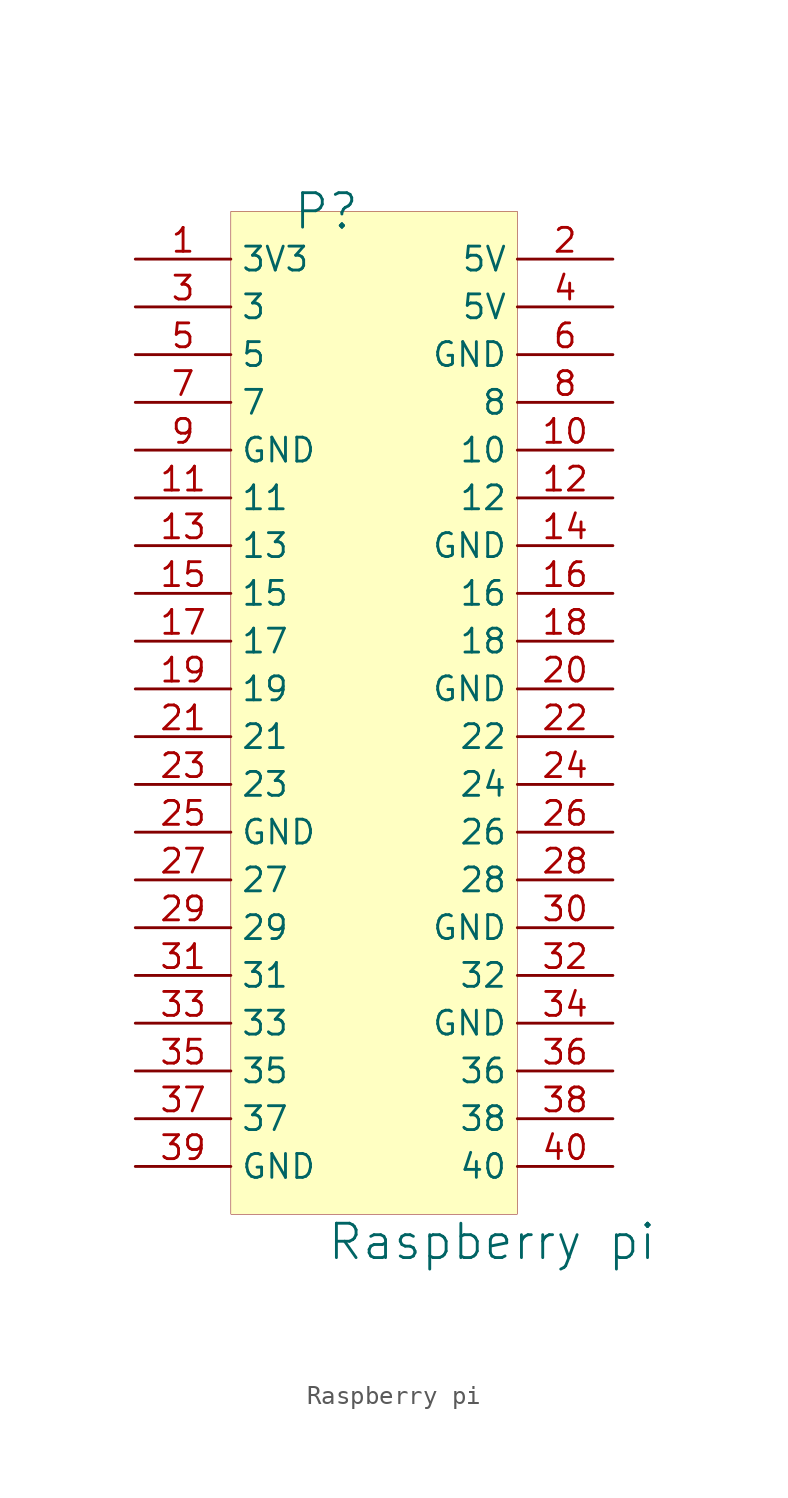
<source format=kicad_sym>
(kicad_symbol_lib
  (version 20241209)
  (generator "kicad_symbol_editor")
  (generator_version "9.0")
  (symbol "Raspberry pi"
    (property "Reference" "P"
      (at 0 0 0)
      (effects (font (size 1.829 1.829))))
    (property "Value" "Raspberry pi"
      (at 0 -55.88 0)
      (effects (font (size 1.829 1.829)) (justify left bottom)))
    (symbol "Raspberry pi_1_0"
      (rectangle (start 10.16 0) (end -5.08 -53.34) (stroke (width 0.025) (type solid) (color 128 0 0 1)) (fill (type background)))
      (pin passive line (at -10.16 -2.54 0) (length 5.08) (name "3V3" (effects (font (size 1.27 1.27)))) (number "1" (effects (font (size 1.27 1.27)))))
      (pin passive line (at -10.16 -5.08 0) (length 5.08) (name "3" (effects (font (size 1.27 1.27)))) (number "3" (effects (font (size 1.27 1.27)))))
      (pin passive line (at -10.16 -7.62 0) (length 5.08) (name "5" (effects (font (size 1.27 1.27)))) (number "5" (effects (font (size 1.27 1.27)))))
      (pin passive line (at -10.16 -10.16 0) (length 5.08) (name "7" (effects (font (size 1.27 1.27)))) (number "7" (effects (font (size 1.27 1.27)))))
      (pin passive line (at -10.16 -12.7 0) (length 5.08) (name "GND" (effects (font (size 1.27 1.27)))) (number "9" (effects (font (size 1.27 1.27)))))
      (pin passive line (at -10.16 -15.24 0) (length 5.08) (name "11" (effects (font (size 1.27 1.27)))) (number "11" (effects (font (size 1.27 1.27)))))
      (pin passive line (at -10.16 -17.78 0) (length 5.08) (name "13" (effects (font (size 1.27 1.27)))) (number "13" (effects (font (size 1.27 1.27)))))
      (pin passive line (at -10.16 -20.32 0) (length 5.08) (name "15" (effects (font (size 1.27 1.27)))) (number "15" (effects (font (size 1.27 1.27)))))
      (pin passive line (at -10.16 -22.86 0) (length 5.08) (name "17" (effects (font (size 1.27 1.27)))) (number "17" (effects (font (size 1.27 1.27)))))
      (pin passive line (at -10.16 -25.4 0) (length 5.08) (name "19" (effects (font (size 1.27 1.27)))) (number "19" (effects (font (size 1.27 1.27)))))
      (pin passive line (at -10.16 -27.94 0) (length 5.08) (name "21" (effects (font (size 1.27 1.27)))) (number "21" (effects (font (size 1.27 1.27)))))
      (pin passive line (at -10.16 -30.48 0) (length 5.08) (name "23" (effects (font (size 1.27 1.27)))) (number "23" (effects (font (size 1.27 1.27)))))
      (pin passive line (at -10.16 -33.02 0) (length 5.08) (name "GND" (effects (font (size 1.27 1.27)))) (number "25" (effects (font (size 1.27 1.27)))))
      (pin passive line (at -10.16 -35.56 0) (length 5.08) (name "27" (effects (font (size 1.27 1.27)))) (number "27" (effects (font (size 1.27 1.27)))))
      (pin passive line (at -10.16 -38.1 0) (length 5.08) (name "29" (effects (font (size 1.27 1.27)))) (number "29" (effects (font (size 1.27 1.27)))))
      (pin passive line (at -10.16 -40.64 0) (length 5.08) (name "31" (effects (font (size 1.27 1.27)))) (number "31" (effects (font (size 1.27 1.27)))))
      (pin passive line (at -10.16 -43.18 0) (length 5.08) (name "33" (effects (font (size 1.27 1.27)))) (number "33" (effects (font (size 1.27 1.27)))))
      (pin passive line (at -10.16 -45.72 0) (length 5.08) (name "35" (effects (font (size 1.27 1.27)))) (number "35" (effects (font (size 1.27 1.27)))))
      (pin passive line (at -10.16 -48.26 0) (length 5.08) (name "37" (effects (font (size 1.27 1.27)))) (number "37" (effects (font (size 1.27 1.27)))))
      (pin passive line (at -10.16 -50.8 0) (length 5.08) (name "GND" (effects (font (size 1.27 1.27)))) (number "39" (effects (font (size 1.27 1.27)))))
      (pin passive line (at 15.24 -2.54 180) (length 5.08) (name "5V" (effects (font (size 1.27 1.27)))) (number "2" (effects (font (size 1.27 1.27)))))
      (pin passive line (at 15.24 -5.08 180) (length 5.08) (name "5V" (effects (font (size 1.27 1.27)))) (number "4" (effects (font (size 1.27 1.27)))))
      (pin passive line (at 15.24 -7.62 180) (length 5.08) (name "GND" (effects (font (size 1.27 1.27)))) (number "6" (effects (font (size 1.27 1.27)))))
      (pin passive line (at 15.24 -10.16 180) (length 5.08) (name "8" (effects (font (size 1.27 1.27)))) (number "8" (effects (font (size 1.27 1.27)))))
      (pin passive line (at 15.24 -12.7 180) (length 5.08) (name "10" (effects (font (size 1.27 1.27)))) (number "10" (effects (font (size 1.27 1.27)))))
      (pin passive line (at 15.24 -15.24 180) (length 5.08) (name "12" (effects (font (size 1.27 1.27)))) (number "12" (effects (font (size 1.27 1.27)))))
      (pin passive line (at 15.24 -17.78 180) (length 5.08) (name "GND" (effects (font (size 1.27 1.27)))) (number "14" (effects (font (size 1.27 1.27)))))
      (pin passive line (at 15.24 -20.32 180) (length 5.08) (name "16" (effects (font (size 1.27 1.27)))) (number "16" (effects (font (size 1.27 1.27)))))
      (pin passive line (at 15.24 -22.86 180) (length 5.08) (name "18" (effects (font (size 1.27 1.27)))) (number "18" (effects (font (size 1.27 1.27)))))
      (pin passive line (at 15.24 -25.4 180) (length 5.08) (name "GND" (effects (font (size 1.27 1.27)))) (number "20" (effects (font (size 1.27 1.27)))))
      (pin passive line (at 15.24 -27.94 180) (length 5.08) (name "22" (effects (font (size 1.27 1.27)))) (number "22" (effects (font (size 1.27 1.27)))))
      (pin passive line (at 15.24 -30.48 180) (length 5.08) (name "24" (effects (font (size 1.27 1.27)))) (number "24" (effects (font (size 1.27 1.27)))))
      (pin passive line (at 15.24 -33.02 180) (length 5.08) (name "26" (effects (font (size 1.27 1.27)))) (number "26" (effects (font (size 1.27 1.27)))))
      (pin passive line (at 15.24 -35.56 180) (length 5.08) (name "28" (effects (font (size 1.27 1.27)))) (number "28" (effects (font (size 1.27 1.27)))))
      (pin passive line (at 15.24 -38.1 180) (length 5.08) (name "GND" (effects (font (size 1.27 1.27)))) (number "30" (effects (font (size 1.27 1.27)))))
      (pin passive line (at 15.24 -40.64 180) (length 5.08) (name "32" (effects (font (size 1.27 1.27)))) (number "32" (effects (font (size 1.27 1.27)))))
      (pin passive line (at 15.24 -43.18 180) (length 5.08) (name "GND" (effects (font (size 1.27 1.27)))) (number "34" (effects (font (size 1.27 1.27)))))
      (pin passive line (at 15.24 -45.72 180) (length 5.08) (name "36" (effects (font (size 1.27 1.27)))) (number "36" (effects (font (size 1.27 1.27)))))
      (pin passive line (at 15.24 -48.26 180) (length 5.08) (name "38" (effects (font (size 1.27 1.27)))) (number "38" (effects (font (size 1.27 1.27)))))
      (pin passive line (at 15.24 -50.8 180) (length 5.08) (name "40" (effects (font (size 1.27 1.27)))) (number "40" (effects (font (size 1.27 1.27))))))))
</source>
